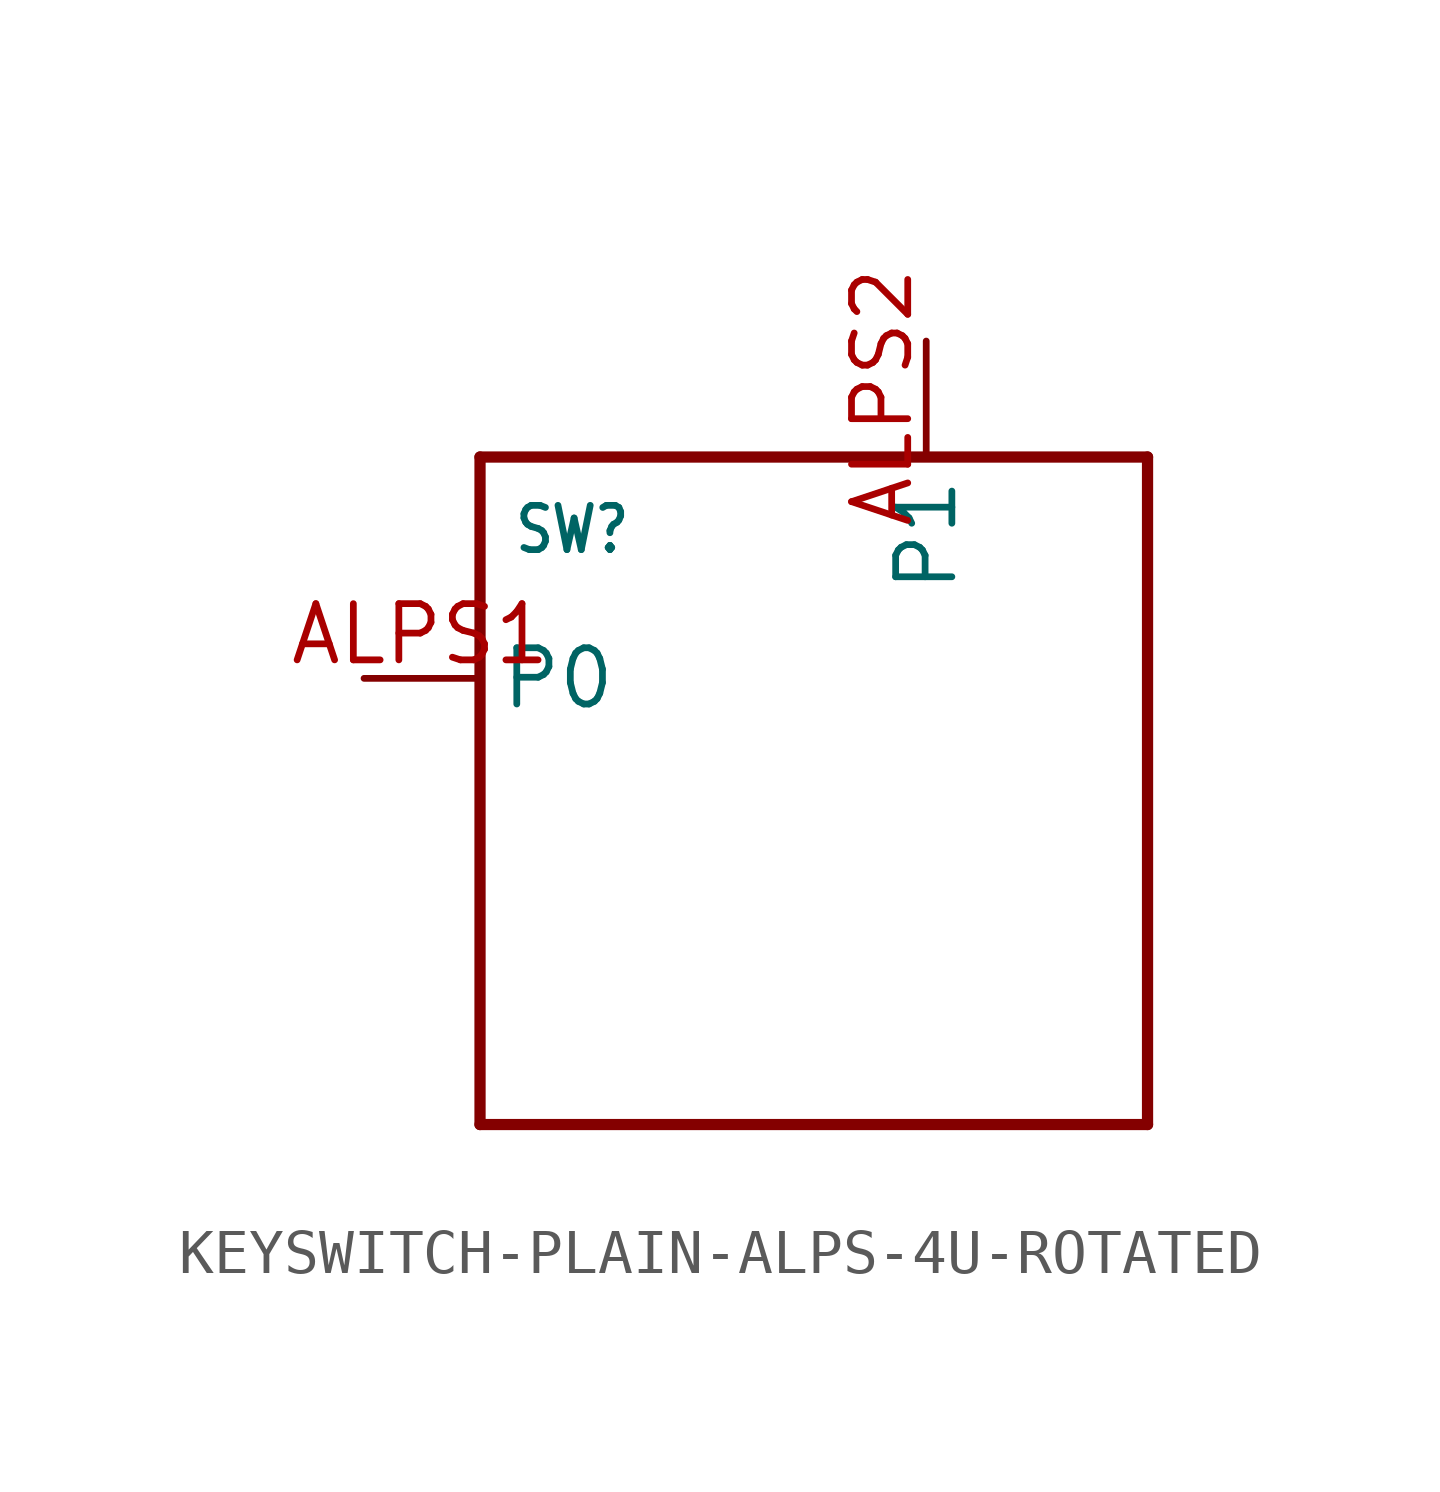
<source format=kicad_sym>
(kicad_symbol_lib
  (version 20211014)
  (generator kicad_symbol_editor)
  (symbol "KEYSWITCH-PLAIN-ALPS-4U-ROTATED"
    (property "Reference" "SW"
      (at -6.81 5.318 0)
      (effects (font (size 1 0.85)) (justify left bottom)))
    (property "ki_locked" ""
      (at 0 0 0)
      (effects (font (size 1.27 1.27))))
    (symbol "KEYSWITCH-PLAIN-ALPS-4U-ROTATED_1_0"
      (polyline (pts (xy -7.54 -7.54) (xy -7.54 7.54)) (stroke (width 0.254) (type default) (color 0 0 0 0)) (fill (type none)))
      (polyline (pts (xy -7.54 7.54) (xy 7.54 7.54)) (stroke (width 0.254) (type default) (color 0 0 0 0)) (fill (type none)))
      (polyline (pts (xy 7.54 -7.54) (xy -7.54 -7.54)) (stroke (width 0.254) (type default) (color 0 0 0 0)) (fill (type none)))
      (polyline (pts (xy 7.54 7.54) (xy 7.54 -7.54)) (stroke (width 0.254) (type default) (color 0 0 0 0)) (fill (type none)))
      (pin bidirectional line (at -10.16 2.54 0) (length 2.54) (name "P0" (effects (font (size 1.27 1.27)))) (number "ALPS1" (effects (font (size 1.27 1.27)))))
      (pin bidirectional line (at 2.54 10.16 270) (length 2.54) (name "P1" (effects (font (size 1.27 1.27)))) (number "ALPS2" (effects (font (size 1.27 1.27))))))))
</source>
